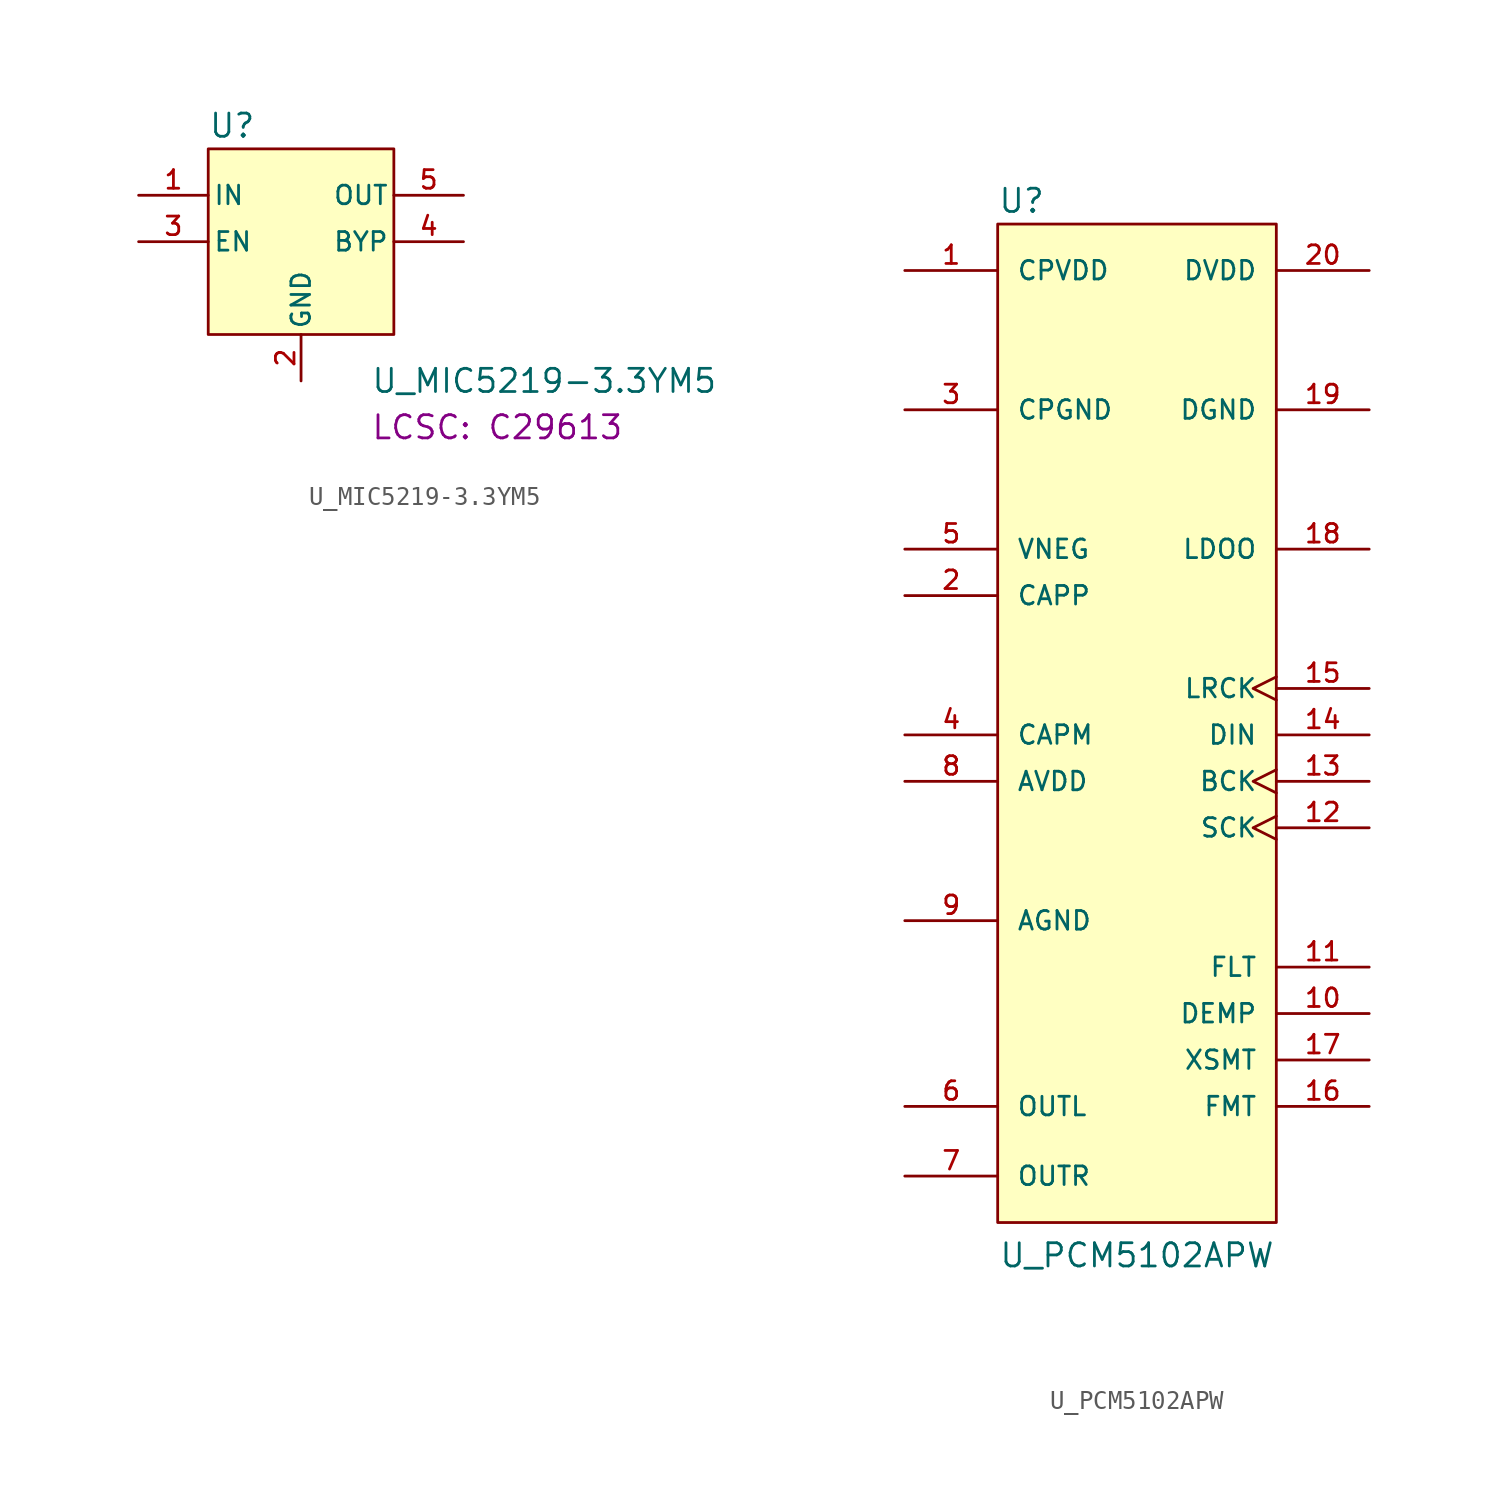
<source format=kicad_sym>
(kicad_symbol_lib
  (version 20220914)
  (generator kicad_symbol_editor)
  (symbol "U_MIC5219-3.3YM5"
    (pin_names
      (offset 0.254))
    (property "Reference" "U"
      (at -5.08 6.35 0)
      (effects (font (size 1.27 1.27)) (justify left)))
    (property "Value" "U_MIC5219-3.3YM5"
      (at 3.81 -7.62 0)
      (effects (font (size 1.27 1.27)) (justify left)))
    (property "LCSC" "C29613"
      (at 3.81 -10.16 0)
      (show_name)
      (effects (font (size 1.27 1.27)) (justify left)))
    (symbol "U_MIC5219-3.3YM5_1_1"
      (rectangle (start -5.08 5.08) (end 5.08 -5.08) (stroke (width 0) (type default)) (fill (type background)))
      (pin power_in line (at -8.89 2.54 0) (length 3.81) (name "IN" (effects (font (size 1.016 1.016)))) (number "1" (effects (font (size 1.016 1.016)))))
      (pin power_in line (at 0 -7.62 90) (length 2.54) (name "GND" (effects (font (size 1.016 1.016)))) (number "2" (effects (font (size 1.016 1.016)))))
      (pin input line (at -8.89 0 0) (length 3.81) (name "EN" (effects (font (size 1.016 1.016)))) (number "3" (effects (font (size 1.016 1.016)))))
      (pin input line (at 8.89 0 180) (length 3.81) (name "BYP" (effects (font (size 1.016 1.016)))) (number "4" (effects (font (size 1.016 1.016)))))
      (pin power_out line (at 8.89 2.54 180) (length 3.81) (name "OUT" (effects (font (size 1.016 1.016)))) (number "5" (effects (font (size 1.016 1.016)))))))
  (symbol "U_PCM5102APW"
    (pin_names
      (offset 1.016))
    (property "Reference" "U"
      (at -7.62 21.59 0)
      (effects (font (size 1.27 1.27)) (justify left)))
    (property "Value" "U_PCM5102APW"
      (at 0 -36.83 0)
      (effects (font (size 1.27 1.27)) (justify bottom)))
    (symbol "U_PCM5102APW_0_0"
      (pin power_in line (at -12.7 17.78 0) (length 5.08) (name "CPVDD" (effects (font (size 1.016 1.016)))) (number "1" (effects (font (size 1.016 1.016)))))
      (pin input line (at 12.7 -22.86 180) (length 5.08) (name "DEMP" (effects (font (size 1.016 1.016)))) (number "10" (effects (font (size 1.016 1.016)))))
      (pin input line (at 12.7 -20.32 180) (length 5.08) (name "FLT" (effects (font (size 1.016 1.016)))) (number "11" (effects (font (size 1.016 1.016)))))
      (pin input clock (at 12.7 -12.7 180) (length 5.08) (name "SCK" (effects (font (size 1.016 1.016)))) (number "12" (effects (font (size 1.016 1.016)))))
      (pin input clock (at 12.7 -10.16 180) (length 5.08) (name "BCK" (effects (font (size 1.016 1.016)))) (number "13" (effects (font (size 1.016 1.016)))))
      (pin input line (at 12.7 -7.62 180) (length 5.08) (name "DIN" (effects (font (size 1.016 1.016)))) (number "14" (effects (font (size 1.016 1.016)))))
      (pin input clock (at 12.7 -5.08 180) (length 5.08) (name "LRCK" (effects (font (size 1.016 1.016)))) (number "15" (effects (font (size 1.016 1.016)))))
      (pin input line (at 12.7 -27.94 180) (length 5.08) (name "FMT" (effects (font (size 1.016 1.016)))) (number "16" (effects (font (size 1.016 1.016)))))
      (pin input line (at 12.7 -25.4 180) (length 5.08) (name "XSMT" (effects (font (size 1.016 1.016)))) (number "17" (effects (font (size 1.016 1.016)))))
      (pin power_in line (at 12.7 10.16 180) (length 5.08) (name "DGND" (effects (font (size 1.016 1.016)))) (number "19" (effects (font (size 1.016 1.016)))))
      (pin passive line (at -12.7 0 0) (length 5.08) (name "CAPP" (effects (font (size 1.016 1.016)))) (number "2" (effects (font (size 1.016 1.016)))))
      (pin power_in line (at 12.7 17.78 180) (length 5.08) (name "DVDD" (effects (font (size 1.016 1.016)))) (number "20" (effects (font (size 1.016 1.016)))))
      (pin power_in line (at -12.7 10.16 0) (length 5.08) (name "CPGND" (effects (font (size 1.016 1.016)))) (number "3" (effects (font (size 1.016 1.016)))))
      (pin passive line (at -12.7 -7.62 0) (length 5.08) (name "CAPM" (effects (font (size 1.016 1.016)))) (number "4" (effects (font (size 1.016 1.016)))))
      (pin output line (at -12.7 2.54 0) (length 5.08) (name "VNEG" (effects (font (size 1.016 1.016)))) (number "5" (effects (font (size 1.016 1.016)))))
      (pin output line (at -12.7 -27.94 0) (length 5.08) (name "OUTL" (effects (font (size 1.016 1.016)))) (number "6" (effects (font (size 1.016 1.016)))))
      (pin output line (at -12.7 -31.75 0) (length 5.08) (name "OUTR" (effects (font (size 1.016 1.016)))) (number "7" (effects (font (size 1.016 1.016)))))
      (pin power_in line (at -12.7 -10.16 0) (length 5.08) (name "AVDD" (effects (font (size 1.016 1.016)))) (number "8" (effects (font (size 1.016 1.016)))))
      (pin power_in line (at -12.7 -17.78 0) (length 5.08) (name "AGND" (effects (font (size 1.016 1.016)))) (number "9" (effects (font (size 1.016 1.016))))))
    (symbol "U_PCM5102APW_1_0"
      (rectangle (start -7.62 20.32) (end 7.62 -34.29) (stroke (width 0) (type default)) (fill (type background)))
      (pin passive line (at 12.7 2.54 180) (length 5.08) (name "LDOO" (effects (font (size 1.016 1.016)))) (number "18" (effects (font (size 1.016 1.016))))))))
</source>
